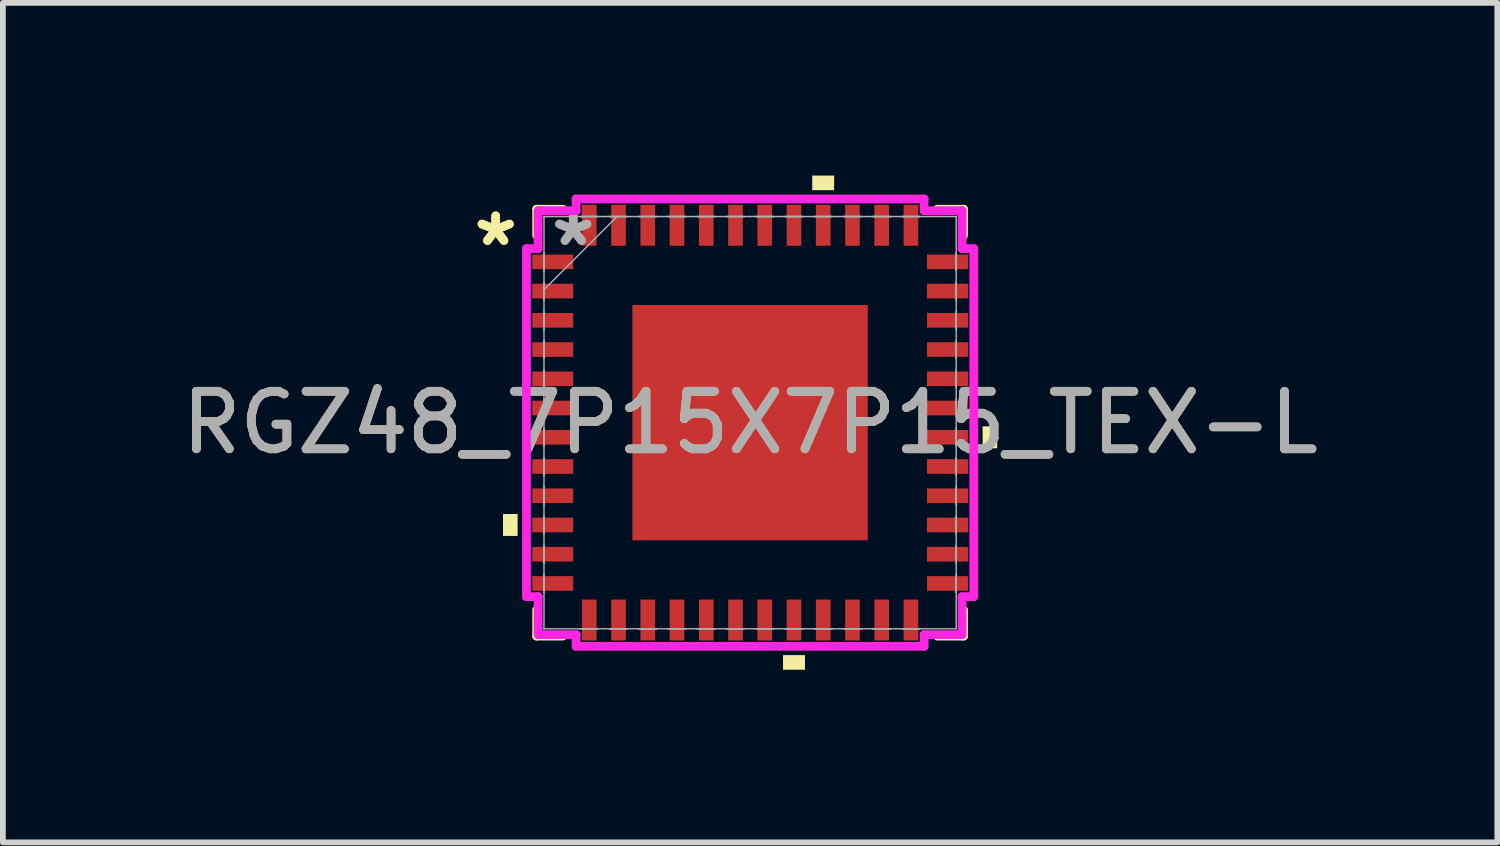
<source format=kicad_pcb>
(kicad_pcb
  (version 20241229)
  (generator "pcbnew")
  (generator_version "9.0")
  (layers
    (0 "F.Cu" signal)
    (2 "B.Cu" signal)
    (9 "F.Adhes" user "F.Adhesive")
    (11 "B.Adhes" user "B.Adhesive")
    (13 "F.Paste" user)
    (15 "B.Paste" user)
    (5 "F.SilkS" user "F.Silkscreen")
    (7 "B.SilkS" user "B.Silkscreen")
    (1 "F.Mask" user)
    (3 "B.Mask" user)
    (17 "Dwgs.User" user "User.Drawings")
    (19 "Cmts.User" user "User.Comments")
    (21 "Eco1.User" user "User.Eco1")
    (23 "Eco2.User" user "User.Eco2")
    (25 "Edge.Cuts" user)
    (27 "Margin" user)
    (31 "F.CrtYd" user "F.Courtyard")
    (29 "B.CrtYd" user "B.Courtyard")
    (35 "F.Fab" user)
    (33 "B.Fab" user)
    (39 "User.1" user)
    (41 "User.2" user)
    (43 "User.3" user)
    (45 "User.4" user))
  (footprint "RGZ48_7P15X7P15_TEX-L"
    (layer "F.Cu")
    (at 9.982 4.293)
    (property "Reference" "RGZ48_7P15X7P15_TEX-L" (at 0 0 0) (unlocked yes) (layer "F.SilkS") (effects (font (size 1 1) (thickness 0.15))))
    (attr smd)
    (fp_line (start -3.708 -3.708) (end -3.708 -3.254) (stroke (width 0.152) (type solid)) (layer "F.SilkS"))
    (fp_line (start -3.708 3.254) (end -3.708 3.708) (stroke (width 0.152) (type solid)) (layer "F.SilkS"))
    (fp_line (start -3.708 3.708) (end -3.254 3.708) (stroke (width 0.152) (type solid)) (layer "F.SilkS"))
    (fp_line (start -3.254 -3.708) (end -3.708 -3.708) (stroke (width 0.152) (type solid)) (layer "F.SilkS"))
    (fp_line (start 3.254 3.708) (end 3.708 3.708) (stroke (width 0.152) (type solid)) (layer "F.SilkS"))
    (fp_line (start 3.708 -3.708) (end 3.254 -3.708) (stroke (width 0.152) (type solid)) (layer "F.SilkS"))
    (fp_line (start 3.708 -3.254) (end 3.708 -3.708) (stroke (width 0.152) (type solid)) (layer "F.SilkS"))
    (fp_line (start 3.708 3.708) (end 3.708 3.254) (stroke (width 0.152) (type solid)) (layer "F.SilkS"))
    (fp_poly (pts (xy -4.293 1.587) (xy -4.293 1.968) (xy -4.039 1.968) (xy -4.039 1.587)) (stroke (width 0) (type solid)) (fill yes) (layer "F.SilkS"))
    (fp_poly (pts (xy 0.572 4.039) (xy 0.572 4.293) (xy 0.953 4.293) (xy 0.953 4.039)) (stroke (width 0) (type solid)) (fill yes) (layer "F.SilkS"))
    (fp_poly (pts (xy 1.079 -4.039) (xy 1.079 -4.293) (xy 1.46 -4.293) (xy 1.46 -4.039)) (stroke (width 0) (type solid)) (fill yes) (layer "F.SilkS"))
    (fp_poly (pts (xy 4.293 0.064) (xy 4.293 0.445) (xy 4.039 0.445) (xy 4.039 0.064)) (stroke (width 0) (type solid)) (fill yes) (layer "F.SilkS"))
    (fp_poly (pts (xy -1.945 -1.945) (xy -1.945 -0.782) (xy -0.782 -0.782) (xy -0.782 -1.945)) (stroke (width 0) (type solid)) (fill yes) (layer "F.Paste"))
    (fp_poly (pts (xy -1.945 -0.582) (xy -1.945 0.582) (xy -0.782 0.582) (xy -0.782 -0.582)) (stroke (width 0) (type solid)) (fill yes) (layer "F.Paste"))
    (fp_poly (pts (xy -1.945 0.782) (xy -1.945 1.945) (xy -0.782 1.945) (xy -0.782 0.782)) (stroke (width 0) (type solid)) (fill yes) (layer "F.Paste"))
    (fp_poly (pts (xy -0.582 -1.945) (xy -0.582 -0.782) (xy 0.582 -0.782) (xy 0.582 -1.945)) (stroke (width 0) (type solid)) (fill yes) (layer "F.Paste"))
    (fp_poly (pts (xy -0.582 -0.582) (xy -0.582 0.582) (xy 0.582 0.582) (xy 0.582 -0.582)) (stroke (width 0) (type solid)) (fill yes) (layer "F.Paste"))
    (fp_poly (pts (xy -0.582 0.782) (xy -0.582 1.945) (xy 0.582 1.945) (xy 0.582 0.782)) (stroke (width 0) (type solid)) (fill yes) (layer "F.Paste"))
    (fp_poly (pts (xy 0.782 -1.945) (xy 0.782 -0.782) (xy 1.945 -0.782) (xy 1.945 -1.945)) (stroke (width 0) (type solid)) (fill yes) (layer "F.Paste"))
    (fp_poly (pts (xy 0.782 -0.582) (xy 0.782 0.582) (xy 1.945 0.582) (xy 1.945 -0.582)) (stroke (width 0) (type solid)) (fill yes) (layer "F.Paste"))
    (fp_poly (pts (xy 0.782 0.782) (xy 0.782 1.945) (xy 1.945 1.945) (xy 1.945 0.782)) (stroke (width 0) (type solid)) (fill yes) (layer "F.Paste"))
    (fp_line (start -3.886 -3.023) (end -3.683 -3.023) (stroke (width 0.152) (type solid)) (layer "F.CrtYd"))
    (fp_line (start -3.886 3.023) (end -3.886 -3.023) (stroke (width 0.152) (type solid)) (layer "F.CrtYd"))
    (fp_line (start -3.683 -3.683) (end -3.023 -3.683) (stroke (width 0.152) (type solid)) (layer "F.CrtYd"))
    (fp_line (start -3.683 -3.023) (end -3.683 -3.683) (stroke (width 0.152) (type solid)) (layer "F.CrtYd"))
    (fp_line (start -3.683 3.023) (end -3.886 3.023) (stroke (width 0.152) (type solid)) (layer "F.CrtYd"))
    (fp_line (start -3.683 3.683) (end -3.683 3.023) (stroke (width 0.152) (type solid)) (layer "F.CrtYd"))
    (fp_line (start -3.023 -3.886) (end 3.023 -3.886) (stroke (width 0.152) (type solid)) (layer "F.CrtYd"))
    (fp_line (start -3.023 -3.683) (end -3.023 -3.886) (stroke (width 0.152) (type solid)) (layer "F.CrtYd"))
    (fp_line (start -3.023 3.683) (end -3.683 3.683) (stroke (width 0.152) (type solid)) (layer "F.CrtYd"))
    (fp_line (start -3.023 3.886) (end -3.023 3.683) (stroke (width 0.152) (type solid)) (layer "F.CrtYd"))
    (fp_line (start 3.023 -3.886) (end 3.023 -3.683) (stroke (width 0.152) (type solid)) (layer "F.CrtYd"))
    (fp_line (start 3.023 -3.683) (end 3.683 -3.683) (stroke (width 0.152) (type solid)) (layer "F.CrtYd"))
    (fp_line (start 3.023 3.683) (end 3.023 3.886) (stroke (width 0.152) (type solid)) (layer "F.CrtYd"))
    (fp_line (start 3.023 3.886) (end -3.023 3.886) (stroke (width 0.152) (type solid)) (layer "F.CrtYd"))
    (fp_line (start 3.683 -3.683) (end 3.683 -3.023) (stroke (width 0.152) (type solid)) (layer "F.CrtYd"))
    (fp_line (start 3.683 -3.023) (end 3.886 -3.023) (stroke (width 0.152) (type solid)) (layer "F.CrtYd"))
    (fp_line (start 3.683 3.023) (end 3.683 3.683) (stroke (width 0.152) (type solid)) (layer "F.CrtYd"))
    (fp_line (start 3.683 3.683) (end 3.023 3.683) (stroke (width 0.152) (type solid)) (layer "F.CrtYd"))
    (fp_line (start 3.886 -3.023) (end 3.886 3.023) (stroke (width 0.152) (type solid)) (layer "F.CrtYd"))
    (fp_line (start 3.886 3.023) (end 3.683 3.023) (stroke (width 0.152) (type solid)) (layer "F.CrtYd"))
    (fp_line (start -3.581 -3.581) (end -3.581 -3.581) (stroke (width 0.025) (type solid)) (layer "F.Fab"))
    (fp_line (start -3.581 -3.581) (end -3.581 3.581) (stroke (width 0.025) (type solid)) (layer "F.Fab"))
    (fp_line (start -3.581 -2.946) (end -3.581 -2.946) (stroke (width 0.025) (type solid)) (layer "F.Fab"))
    (fp_line (start -3.581 -2.946) (end -3.581 -2.642) (stroke (width 0.025) (type solid)) (layer "F.Fab"))
    (fp_line (start -3.581 -2.642) (end -3.581 -2.946) (stroke (width 0.025) (type solid)) (layer "F.Fab"))
    (fp_line (start -3.581 -2.642) (end -3.581 -2.642) (stroke (width 0.025) (type solid)) (layer "F.Fab"))
    (fp_line (start -3.581 -2.438) (end -3.581 -2.438) (stroke (width 0.025) (type solid)) (layer "F.Fab"))
    (fp_line (start -3.581 -2.438) (end -3.581 -2.134) (stroke (width 0.025) (type solid)) (layer "F.Fab"))
    (fp_line (start -3.581 -2.311) (end -2.311 -3.581) (stroke (width 0.025) (type solid)) (layer "F.Fab"))
    (fp_line (start -3.581 -2.134) (end -3.581 -2.438) (stroke (width 0.025) (type solid)) (layer "F.Fab"))
    (fp_line (start -3.581 -2.134) (end -3.581 -2.134) (stroke (width 0.025) (type solid)) (layer "F.Fab"))
    (fp_line (start -3.581 -1.93) (end -3.581 -1.93) (stroke (width 0.025) (type solid)) (layer "F.Fab"))
    (fp_line (start -3.581 -1.93) (end -3.581 -1.626) (stroke (width 0.025) (type solid)) (layer "F.Fab"))
    (fp_line (start -3.581 -1.626) (end -3.581 -1.93) (stroke (width 0.025) (type solid)) (layer "F.Fab"))
    (fp_line (start -3.581 -1.626) (end -3.581 -1.626) (stroke (width 0.025) (type solid)) (layer "F.Fab"))
    (fp_line (start -3.581 -1.422) (end -3.581 -1.422) (stroke (width 0.025) (type solid)) (layer "F.Fab"))
    (fp_line (start -3.581 -1.422) (end -3.581 -1.118) (stroke (width 0.025) (type solid)) (layer "F.Fab"))
    (fp_line (start -3.581 -1.118) (end -3.581 -1.422) (stroke (width 0.025) (type solid)) (layer "F.Fab"))
    (fp_line (start -3.581 -1.118) (end -3.581 -1.118) (stroke (width 0.025) (type solid)) (layer "F.Fab"))
    (fp_line (start -3.581 -0.914) (end -3.581 -0.914) (stroke (width 0.025) (type solid)) (layer "F.Fab"))
    (fp_line (start -3.581 -0.914) (end -3.581 -0.61) (stroke (width 0.025) (type solid)) (layer "F.Fab"))
    (fp_line (start -3.581 -0.61) (end -3.581 -0.914) (stroke (width 0.025) (type solid)) (layer "F.Fab"))
    (fp_line (start -3.581 -0.61) (end -3.581 -0.61) (stroke (width 0.025) (type solid)) (layer "F.Fab"))
    (fp_line (start -3.581 -0.406) (end -3.581 -0.406) (stroke (width 0.025) (type solid)) (layer "F.Fab"))
    (fp_line (start -3.581 -0.406) (end -3.581 -0.102) (stroke (width 0.025) (type solid)) (layer "F.Fab"))
    (fp_line (start -3.581 -0.102) (end -3.581 -0.406) (stroke (width 0.025) (type solid)) (layer "F.Fab"))
    (fp_line (start -3.581 -0.102) (end -3.581 -0.102) (stroke (width 0.025) (type solid)) (layer "F.Fab"))
    (fp_line (start -3.581 0.102) (end -3.581 0.102) (stroke (width 0.025) (type solid)) (layer "F.Fab"))
    (fp_line (start -3.581 0.102) (end -3.581 0.406) (stroke (width 0.025) (type solid)) (layer "F.Fab"))
    (fp_line (start -3.581 0.406) (end -3.581 0.102) (stroke (width 0.025) (type solid)) (layer "F.Fab"))
    (fp_line (start -3.581 0.406) (end -3.581 0.406) (stroke (width 0.025) (type solid)) (layer "F.Fab"))
    (fp_line (start -3.581 0.61) (end -3.581 0.61) (stroke (width 0.025) (type solid)) (layer "F.Fab"))
    (fp_line (start -3.581 0.61) (end -3.581 0.914) (stroke (width 0.025) (type solid)) (layer "F.Fab"))
    (fp_line (start -3.581 0.914) (end -3.581 0.61) (stroke (width 0.025) (type solid)) (layer "F.Fab"))
    (fp_line (start -3.581 0.914) (end -3.581 0.914) (stroke (width 0.025) (type solid)) (layer "F.Fab"))
    (fp_line (start -3.581 1.118) (end -3.581 1.118) (stroke (width 0.025) (type solid)) (layer "F.Fab"))
    (fp_line (start -3.581 1.118) (end -3.581 1.422) (stroke (width 0.025) (type solid)) (layer "F.Fab"))
    (fp_line (start -3.581 1.422) (end -3.581 1.118) (stroke (width 0.025) (type solid)) (layer "F.Fab"))
    (fp_line (start -3.581 1.422) (end -3.581 1.422) (stroke (width 0.025) (type solid)) (layer "F.Fab"))
    (fp_line (start -3.581 1.626) (end -3.581 1.626) (stroke (width 0.025) (type solid)) (layer "F.Fab"))
    (fp_line (start -3.581 1.626) (end -3.581 1.93) (stroke (width 0.025) (type solid)) (layer "F.Fab"))
    (fp_line (start -3.581 1.93) (end -3.581 1.626) (stroke (width 0.025) (type solid)) (layer "F.Fab"))
    (fp_line (start -3.581 1.93) (end -3.581 1.93) (stroke (width 0.025) (type solid)) (layer "F.Fab"))
    (fp_line (start -3.581 2.134) (end -3.581 2.134) (stroke (width 0.025) (type solid)) (layer "F.Fab"))
    (fp_line (start -3.581 2.134) (end -3.581 2.438) (stroke (width 0.025) (type solid)) (layer "F.Fab"))
    (fp_line (start -3.581 2.438) (end -3.581 2.134) (stroke (width 0.025) (type solid)) (layer "F.Fab"))
    (fp_line (start -3.581 2.438) (end -3.581 2.438) (stroke (width 0.025) (type solid)) (layer "F.Fab"))
    (fp_line (start -3.581 2.642) (end -3.581 2.642) (stroke (width 0.025) (type solid)) (layer "F.Fab"))
    (fp_line (start -3.581 2.642) (end -3.581 2.946) (stroke (width 0.025) (type solid)) (layer "F.Fab"))
    (fp_line (start -3.581 2.946) (end -3.581 2.642) (stroke (width 0.025) (type solid)) (layer "F.Fab"))
    (fp_line (start -3.581 2.946) (end -3.581 2.946) (stroke (width 0.025) (type solid)) (layer "F.Fab"))
    (fp_line (start -3.581 3.581) (end -3.581 3.581) (stroke (width 0.025) (type solid)) (layer "F.Fab"))
    (fp_line (start -3.581 3.581) (end 3.581 3.581) (stroke (width 0.025) (type solid)) (layer "F.Fab"))
    (fp_line (start -2.946 -3.581) (end -2.946 -3.581) (stroke (width 0.025) (type solid)) (layer "F.Fab"))
    (fp_line (start -2.946 -3.581) (end -2.642 -3.581) (stroke (width 0.025) (type solid)) (layer "F.Fab"))
    (fp_line (start -2.946 3.581) (end -2.946 3.581) (stroke (width 0.025) (type solid)) (layer "F.Fab"))
    (fp_line (start -2.946 3.581) (end -2.642 3.581) (stroke (width 0.025) (type solid)) (layer "F.Fab"))
    (fp_line (start -2.642 -3.581) (end -2.946 -3.581) (stroke (width 0.025) (type solid)) (layer "F.Fab"))
    (fp_line (start -2.642 -3.581) (end -2.642 -3.581) (stroke (width 0.025) (type solid)) (layer "F.Fab"))
    (fp_line (start -2.642 3.581) (end -2.946 3.581) (stroke (width 0.025) (type solid)) (layer "F.Fab"))
    (fp_line (start -2.642 3.581) (end -2.642 3.581) (stroke (width 0.025) (type solid)) (layer "F.Fab"))
    (fp_line (start -2.438 -3.581) (end -2.438 -3.581) (stroke (width 0.025) (type solid)) (layer "F.Fab"))
    (fp_line (start -2.438 -3.581) (end -2.134 -3.581) (stroke (width 0.025) (type solid)) (layer "F.Fab"))
    (fp_line (start -2.438 3.581) (end -2.438 3.581) (stroke (width 0.025) (type solid)) (layer "F.Fab"))
    (fp_line (start -2.438 3.581) (end -2.134 3.581) (stroke (width 0.025) (type solid)) (layer "F.Fab"))
    (fp_line (start -2.134 -3.581) (end -2.438 -3.581) (stroke (width 0.025) (type solid)) (layer "F.Fab"))
    (fp_line (start -2.134 -3.581) (end -2.134 -3.581) (stroke (width 0.025) (type solid)) (layer "F.Fab"))
    (fp_line (start -2.134 3.581) (end -2.438 3.581) (stroke (width 0.025) (type solid)) (layer "F.Fab"))
    (fp_line (start -2.134 3.581) (end -2.134 3.581) (stroke (width 0.025) (type solid)) (layer "F.Fab"))
    (fp_line (start -1.93 -3.581) (end -1.93 -3.581) (stroke (width 0.025) (type solid)) (layer "F.Fab"))
    (fp_line (start -1.93 -3.581) (end -1.626 -3.581) (stroke (width 0.025) (type solid)) (layer "F.Fab"))
    (fp_line (start -1.93 3.581) (end -1.93 3.581) (stroke (width 0.025) (type solid)) (layer "F.Fab"))
    (fp_line (start -1.93 3.581) (end -1.626 3.581) (stroke (width 0.025) (type solid)) (layer "F.Fab"))
    (fp_line (start -1.626 -3.581) (end -1.93 -3.581) (stroke (width 0.025) (type solid)) (layer "F.Fab"))
    (fp_line (start -1.626 -3.581) (end -1.626 -3.581) (stroke (width 0.025) (type solid)) (layer "F.Fab"))
    (fp_line (start -1.626 3.581) (end -1.93 3.581) (stroke (width 0.025) (type solid)) (layer "F.Fab"))
    (fp_line (start -1.626 3.581) (end -1.626 3.581) (stroke (width 0.025) (type solid)) (layer "F.Fab"))
    (fp_line (start -1.422 -3.581) (end -1.422 -3.581) (stroke (width 0.025) (type solid)) (layer "F.Fab"))
    (fp_line (start -1.422 -3.581) (end -1.118 -3.581) (stroke (width 0.025) (type solid)) (layer "F.Fab"))
    (fp_line (start -1.422 3.581) (end -1.422 3.581) (stroke (width 0.025) (type solid)) (layer "F.Fab"))
    (fp_line (start -1.422 3.581) (end -1.118 3.581) (stroke (width 0.025) (type solid)) (layer "F.Fab"))
    (fp_line (start -1.118 -3.581) (end -1.422 -3.581) (stroke (width 0.025) (type solid)) (layer "F.Fab"))
    (fp_line (start -1.118 -3.581) (end -1.118 -3.581) (stroke (width 0.025) (type solid)) (layer "F.Fab"))
    (fp_line (start -1.118 3.581) (end -1.422 3.581) (stroke (width 0.025) (type solid)) (layer "F.Fab"))
    (fp_line (start -1.118 3.581) (end -1.118 3.581) (stroke (width 0.025) (type solid)) (layer "F.Fab"))
    (fp_line (start -0.914 -3.581) (end -0.914 -3.581) (stroke (width 0.025) (type solid)) (layer "F.Fab"))
    (fp_line (start -0.914 -3.581) (end -0.61 -3.581) (stroke (width 0.025) (type solid)) (layer "F.Fab"))
    (fp_line (start -0.914 3.581) (end -0.914 3.581) (stroke (width 0.025) (type solid)) (layer "F.Fab"))
    (fp_line (start -0.914 3.581) (end -0.61 3.581) (stroke (width 0.025) (type solid)) (layer "F.Fab"))
    (fp_line (start -0.61 -3.581) (end -0.914 -3.581) (stroke (width 0.025) (type solid)) (layer "F.Fab"))
    (fp_line (start -0.61 -3.581) (end -0.61 -3.581) (stroke (width 0.025) (type solid)) (layer "F.Fab"))
    (fp_line (start -0.61 3.581) (end -0.914 3.581) (stroke (width 0.025) (type solid)) (layer "F.Fab"))
    (fp_line (start -0.61 3.581) (end -0.61 3.581) (stroke (width 0.025) (type solid)) (layer "F.Fab"))
    (fp_line (start -0.406 -3.581) (end -0.406 -3.581) (stroke (width 0.025) (type solid)) (layer "F.Fab"))
    (fp_line (start -0.406 -3.581) (end -0.102 -3.581) (stroke (width 0.025) (type solid)) (layer "F.Fab"))
    (fp_line (start -0.406 3.581) (end -0.406 3.581) (stroke (width 0.025) (type solid)) (layer "F.Fab"))
    (fp_line (start -0.406 3.581) (end -0.102 3.581) (stroke (width 0.025) (type solid)) (layer "F.Fab"))
    (fp_line (start -0.102 -3.581) (end -0.406 -3.581) (stroke (width 0.025) (type solid)) (layer "F.Fab"))
    (fp_line (start -0.102 -3.581) (end -0.102 -3.581) (stroke (width 0.025) (type solid)) (layer "F.Fab"))
    (fp_line (start -0.102 3.581) (end -0.406 3.581) (stroke (width 0.025) (type solid)) (layer "F.Fab"))
    (fp_line (start -0.102 3.581) (end -0.102 3.581) (stroke (width 0.025) (type solid)) (layer "F.Fab"))
    (fp_line (start 0.102 -3.581) (end 0.102 -3.581) (stroke (width 0.025) (type solid)) (layer "F.Fab"))
    (fp_line (start 0.102 -3.581) (end 0.406 -3.581) (stroke (width 0.025) (type solid)) (layer "F.Fab"))
    (fp_line (start 0.102 3.581) (end 0.102 3.581) (stroke (width 0.025) (type solid)) (layer "F.Fab"))
    (fp_line (start 0.102 3.581) (end 0.406 3.581) (stroke (width 0.025) (type solid)) (layer "F.Fab"))
    (fp_line (start 0.406 -3.581) (end 0.102 -3.581) (stroke (width 0.025) (type solid)) (layer "F.Fab"))
    (fp_line (start 0.406 -3.581) (end 0.406 -3.581) (stroke (width 0.025) (type solid)) (layer "F.Fab"))
    (fp_line (start 0.406 3.581) (end 0.102 3.581) (stroke (width 0.025) (type solid)) (layer "F.Fab"))
    (fp_line (start 0.406 3.581) (end 0.406 3.581) (stroke (width 0.025) (type solid)) (layer "F.Fab"))
    (fp_line (start 0.61 -3.581) (end 0.61 -3.581) (stroke (width 0.025) (type solid)) (layer "F.Fab"))
    (fp_line (start 0.61 -3.581) (end 0.914 -3.581) (stroke (width 0.025) (type solid)) (layer "F.Fab"))
    (fp_line (start 0.61 3.581) (end 0.61 3.581) (stroke (width 0.025) (type solid)) (layer "F.Fab"))
    (fp_line (start 0.61 3.581) (end 0.914 3.581) (stroke (width 0.025) (type solid)) (layer "F.Fab"))
    (fp_line (start 0.914 -3.581) (end 0.61 -3.581) (stroke (width 0.025) (type solid)) (layer "F.Fab"))
    (fp_line (start 0.914 -3.581) (end 0.914 -3.581) (stroke (width 0.025) (type solid)) (layer "F.Fab"))
    (fp_line (start 0.914 3.581) (end 0.61 3.581) (stroke (width 0.025) (type solid)) (layer "F.Fab"))
    (fp_line (start 0.914 3.581) (end 0.914 3.581) (stroke (width 0.025) (type solid)) (layer "F.Fab"))
    (fp_line (start 1.118 -3.581) (end 1.118 -3.581) (stroke (width 0.025) (type solid)) (layer "F.Fab"))
    (fp_line (start 1.118 -3.581) (end 1.422 -3.581) (stroke (width 0.025) (type solid)) (layer "F.Fab"))
    (fp_line (start 1.118 3.581) (end 1.118 3.581) (stroke (width 0.025) (type solid)) (layer "F.Fab"))
    (fp_line (start 1.118 3.581) (end 1.422 3.581) (stroke (width 0.025) (type solid)) (layer "F.Fab"))
    (fp_line (start 1.422 -3.581) (end 1.118 -3.581) (stroke (width 0.025) (type solid)) (layer "F.Fab"))
    (fp_line (start 1.422 -3.581) (end 1.422 -3.581) (stroke (width 0.025) (type solid)) (layer "F.Fab"))
    (fp_line (start 1.422 3.581) (end 1.118 3.581) (stroke (width 0.025) (type solid)) (layer "F.Fab"))
    (fp_line (start 1.422 3.581) (end 1.422 3.581) (stroke (width 0.025) (type solid)) (layer "F.Fab"))
    (fp_line (start 1.626 -3.581) (end 1.626 -3.581) (stroke (width 0.025) (type solid)) (layer "F.Fab"))
    (fp_line (start 1.626 -3.581) (end 1.93 -3.581) (stroke (width 0.025) (type solid)) (layer "F.Fab"))
    (fp_line (start 1.626 3.581) (end 1.626 3.581) (stroke (width 0.025) (type solid)) (layer "F.Fab"))
    (fp_line (start 1.626 3.581) (end 1.93 3.581) (stroke (width 0.025) (type solid)) (layer "F.Fab"))
    (fp_line (start 1.93 -3.581) (end 1.626 -3.581) (stroke (width 0.025) (type solid)) (layer "F.Fab"))
    (fp_line (start 1.93 -3.581) (end 1.93 -3.581) (stroke (width 0.025) (type solid)) (layer "F.Fab"))
    (fp_line (start 1.93 3.581) (end 1.626 3.581) (stroke (width 0.025) (type solid)) (layer "F.Fab"))
    (fp_line (start 1.93 3.581) (end 1.93 3.581) (stroke (width 0.025) (type solid)) (layer "F.Fab"))
    (fp_line (start 2.134 -3.581) (end 2.134 -3.581) (stroke (width 0.025) (type solid)) (layer "F.Fab"))
    (fp_line (start 2.134 -3.581) (end 2.438 -3.581) (stroke (width 0.025) (type solid)) (layer "F.Fab"))
    (fp_line (start 2.134 3.581) (end 2.134 3.581) (stroke (width 0.025) (type solid)) (layer "F.Fab"))
    (fp_line (start 2.134 3.581) (end 2.438 3.581) (stroke (width 0.025) (type solid)) (layer "F.Fab"))
    (fp_line (start 2.438 -3.581) (end 2.134 -3.581) (stroke (width 0.025) (type solid)) (layer "F.Fab"))
    (fp_line (start 2.438 -3.581) (end 2.438 -3.581) (stroke (width 0.025) (type solid)) (layer "F.Fab"))
    (fp_line (start 2.438 3.581) (end 2.134 3.581) (stroke (width 0.025) (type solid)) (layer "F.Fab"))
    (fp_line (start 2.438 3.581) (end 2.438 3.581) (stroke (width 0.025) (type solid)) (layer "F.Fab"))
    (fp_line (start 2.642 -3.581) (end 2.642 -3.581) (stroke (width 0.025) (type solid)) (layer "F.Fab"))
    (fp_line (start 2.642 -3.581) (end 2.946 -3.581) (stroke (width 0.025) (type solid)) (layer "F.Fab"))
    (fp_line (start 2.642 3.581) (end 2.642 3.581) (stroke (width 0.025) (type solid)) (layer "F.Fab"))
    (fp_line (start 2.642 3.581) (end 2.946 3.581) (stroke (width 0.025) (type solid)) (layer "F.Fab"))
    (fp_line (start 2.946 -3.581) (end 2.642 -3.581) (stroke (width 0.025) (type solid)) (layer "F.Fab"))
    (fp_line (start 2.946 -3.581) (end 2.946 -3.581) (stroke (width 0.025) (type solid)) (layer "F.Fab"))
    (fp_line (start 2.946 3.581) (end 2.642 3.581) (stroke (width 0.025) (type solid)) (layer "F.Fab"))
    (fp_line (start 2.946 3.581) (end 2.946 3.581) (stroke (width 0.025) (type solid)) (layer "F.Fab"))
    (fp_line (start 3.581 -3.581) (end -3.581 -3.581) (stroke (width 0.025) (type solid)) (layer "F.Fab"))
    (fp_line (start 3.581 -3.581) (end 3.581 -3.581) (stroke (width 0.025) (type solid)) (layer "F.Fab"))
    (fp_line (start 3.581 -2.946) (end 3.581 -2.946) (stroke (width 0.025) (type solid)) (layer "F.Fab"))
    (fp_line (start 3.581 -2.946) (end 3.581 -2.642) (stroke (width 0.025) (type solid)) (layer "F.Fab"))
    (fp_line (start 3.581 -2.642) (end 3.581 -2.946) (stroke (width 0.025) (type solid)) (layer "F.Fab"))
    (fp_line (start 3.581 -2.642) (end 3.581 -2.642) (stroke (width 0.025) (type solid)) (layer "F.Fab"))
    (fp_line (start 3.581 -2.438) (end 3.581 -2.438) (stroke (width 0.025) (type solid)) (layer "F.Fab"))
    (fp_line (start 3.581 -2.438) (end 3.581 -2.134) (stroke (width 0.025) (type solid)) (layer "F.Fab"))
    (fp_line (start 3.581 -2.134) (end 3.581 -2.438) (stroke (width 0.025) (type solid)) (layer "F.Fab"))
    (fp_line (start 3.581 -2.134) (end 3.581 -2.134) (stroke (width 0.025) (type solid)) (layer "F.Fab"))
    (fp_line (start 3.581 -1.93) (end 3.581 -1.93) (stroke (width 0.025) (type solid)) (layer "F.Fab"))
    (fp_line (start 3.581 -1.93) (end 3.581 -1.626) (stroke (width 0.025) (type solid)) (layer "F.Fab"))
    (fp_line (start 3.581 -1.626) (end 3.581 -1.93) (stroke (width 0.025) (type solid)) (layer "F.Fab"))
    (fp_line (start 3.581 -1.626) (end 3.581 -1.626) (stroke (width 0.025) (type solid)) (layer "F.Fab"))
    (fp_line (start 3.581 -1.422) (end 3.581 -1.422) (stroke (width 0.025) (type solid)) (layer "F.Fab"))
    (fp_line (start 3.581 -1.422) (end 3.581 -1.118) (stroke (width 0.025) (type solid)) (layer "F.Fab"))
    (fp_line (start 3.581 -1.118) (end 3.581 -1.422) (stroke (width 0.025) (type solid)) (layer "F.Fab"))
    (fp_line (start 3.581 -1.118) (end 3.581 -1.118) (stroke (width 0.025) (type solid)) (layer "F.Fab"))
    (fp_line (start 3.581 -0.914) (end 3.581 -0.914) (stroke (width 0.025) (type solid)) (layer "F.Fab"))
    (fp_line (start 3.581 -0.914) (end 3.581 -0.61) (stroke (width 0.025) (type solid)) (layer "F.Fab"))
    (fp_line (start 3.581 -0.61) (end 3.581 -0.914) (stroke (width 0.025) (type solid)) (layer "F.Fab"))
    (fp_line (start 3.581 -0.61) (end 3.581 -0.61) (stroke (width 0.025) (type solid)) (layer "F.Fab"))
    (fp_line (start 3.581 -0.406) (end 3.581 -0.406) (stroke (width 0.025) (type solid)) (layer "F.Fab"))
    (fp_line (start 3.581 -0.406) (end 3.581 -0.102) (stroke (width 0.025) (type solid)) (layer "F.Fab"))
    (fp_line (start 3.581 -0.102) (end 3.581 -0.406) (stroke (width 0.025) (type solid)) (layer "F.Fab"))
    (fp_line (start 3.581 -0.102) (end 3.581 -0.102) (stroke (width 0.025) (type solid)) (layer "F.Fab"))
    (fp_line (start 3.581 0.102) (end 3.581 0.102) (stroke (width 0.025) (type solid)) (layer "F.Fab"))
    (fp_line (start 3.581 0.102) (end 3.581 0.406) (stroke (width 0.025) (type solid)) (layer "F.Fab"))
    (fp_line (start 3.581 0.406) (end 3.581 0.102) (stroke (width 0.025) (type solid)) (layer "F.Fab"))
    (fp_line (start 3.581 0.406) (end 3.581 0.406) (stroke (width 0.025) (type solid)) (layer "F.Fab"))
    (fp_line (start 3.581 0.61) (end 3.581 0.61) (stroke (width 0.025) (type solid)) (layer "F.Fab"))
    (fp_line (start 3.581 0.61) (end 3.581 0.914) (stroke (width 0.025) (type solid)) (layer "F.Fab"))
    (fp_line (start 3.581 0.914) (end 3.581 0.61) (stroke (width 0.025) (type solid)) (layer "F.Fab"))
    (fp_line (start 3.581 0.914) (end 3.581 0.914) (stroke (width 0.025) (type solid)) (layer "F.Fab"))
    (fp_line (start 3.581 1.118) (end 3.581 1.118) (stroke (width 0.025) (type solid)) (layer "F.Fab"))
    (fp_line (start 3.581 1.118) (end 3.581 1.422) (stroke (width 0.025) (type solid)) (layer "F.Fab"))
    (fp_line (start 3.581 1.422) (end 3.581 1.118) (stroke (width 0.025) (type solid)) (layer "F.Fab"))
    (fp_line (start 3.581 1.422) (end 3.581 1.422) (stroke (width 0.025) (type solid)) (layer "F.Fab"))
    (fp_line (start 3.581 1.626) (end 3.581 1.626) (stroke (width 0.025) (type solid)) (layer "F.Fab"))
    (fp_line (start 3.581 1.626) (end 3.581 1.93) (stroke (width 0.025) (type solid)) (layer "F.Fab"))
    (fp_line (start 3.581 1.93) (end 3.581 1.626) (stroke (width 0.025) (type solid)) (layer "F.Fab"))
    (fp_line (start 3.581 1.93) (end 3.581 1.93) (stroke (width 0.025) (type solid)) (layer "F.Fab"))
    (fp_line (start 3.581 2.134) (end 3.581 2.134) (stroke (width 0.025) (type solid)) (layer "F.Fab"))
    (fp_line (start 3.581 2.134) (end 3.581 2.438) (stroke (width 0.025) (type solid)) (layer "F.Fab"))
    (fp_line (start 3.581 2.438) (end 3.581 2.134) (stroke (width 0.025) (type solid)) (layer "F.Fab"))
    (fp_line (start 3.581 2.438) (end 3.581 2.438) (stroke (width 0.025) (type solid)) (layer "F.Fab"))
    (fp_line (start 3.581 2.642) (end 3.581 2.642) (stroke (width 0.025) (type solid)) (layer "F.Fab"))
    (fp_line (start 3.581 2.642) (end 3.581 2.946) (stroke (width 0.025) (type solid)) (layer "F.Fab"))
    (fp_line (start 3.581 2.946) (end 3.581 2.642) (stroke (width 0.025) (type solid)) (layer "F.Fab"))
    (fp_line (start 3.581 2.946) (end 3.581 2.946) (stroke (width 0.025) (type solid)) (layer "F.Fab"))
    (fp_line (start 3.581 3.581) (end 3.581 -3.581) (stroke (width 0.025) (type solid)) (layer "F.Fab"))
    (fp_line (start 3.581 3.581) (end 3.581 3.581) (stroke (width 0.025) (type solid)) (layer "F.Fab"))
    (fp_text user "*" (at -4.42 -3.048 0) (layer "F.SilkS") (effects (font (size 1 1) (thickness 0.15))))
    (fp_text user "*" (at -4.42 -3.048 0) (unlocked yes) (layer "F.SilkS") (effects (font (size 1 1) (thickness 0.15))))
    (fp_text user "*" (at -3.073 -3.048 0) (layer "F.Fab") (effects (font (size 1 1) (thickness 0.15))))
    (fp_text user "${REFERENCE}" (at 0 0 0) (unlocked yes) (layer "F.Fab") (effects (font (size 1 1) (thickness 0.15))))
    (fp_text user "*" (at -3.073 -3.048 0) (unlocked yes) (layer "F.Fab") (effects (font (size 1 1) (thickness 0.15))))
    (pad "1" smd rect (at -3.429 -2.794 90) (size 0.254 0.711) (layers "F.Cu" "F.Mask" "F.Paste"))
    (pad "2" smd rect (at -3.429 -2.286 90) (size 0.254 0.711) (layers "F.Cu" "F.Mask" "F.Paste"))
    (pad "3" smd rect (at -3.429 -1.778 90) (size 0.254 0.711) (layers "F.Cu" "F.Mask" "F.Paste"))
    (pad "4" smd rect (at -3.429 -1.27 90) (size 0.254 0.711) (layers "F.Cu" "F.Mask" "F.Paste"))
    (pad "5" smd rect (at -3.429 -0.762 90) (size 0.254 0.711) (layers "F.Cu" "F.Mask" "F.Paste"))
    (pad "6" smd rect (at -3.429 -0.254 90) (size 0.254 0.711) (layers "F.Cu" "F.Mask" "F.Paste"))
    (pad "7" smd rect (at -3.429 0.254 90) (size 0.254 0.711) (layers "F.Cu" "F.Mask" "F.Paste"))
    (pad "8" smd rect (at -3.429 0.762 90) (size 0.254 0.711) (layers "F.Cu" "F.Mask" "F.Paste"))
    (pad "9" smd rect (at -3.429 1.27 90) (size 0.254 0.711) (layers "F.Cu" "F.Mask" "F.Paste"))
    (pad "10" smd rect (at -3.429 1.778 90) (size 0.254 0.711) (layers "F.Cu" "F.Mask" "F.Paste"))
    (pad "11" smd rect (at -3.429 2.286 90) (size 0.254 0.711) (layers "F.Cu" "F.Mask" "F.Paste"))
    (pad "12" smd rect (at -3.429 2.794 90) (size 0.254 0.711) (layers "F.Cu" "F.Mask" "F.Paste"))
    (pad "13" smd rect (at -2.794 3.429) (size 0.254 0.711) (layers "F.Cu" "F.Mask" "F.Paste"))
    (pad "14" smd rect (at -2.286 3.429) (size 0.254 0.711) (layers "F.Cu" "F.Mask" "F.Paste"))
    (pad "15" smd rect (at -1.778 3.429) (size 0.254 0.711) (layers "F.Cu" "F.Mask" "F.Paste"))
    (pad "16" smd rect (at -1.27 3.429) (size 0.254 0.711) (layers "F.Cu" "F.Mask" "F.Paste"))
    (pad "17" smd rect (at -0.762 3.429) (size 0.254 0.711) (layers "F.Cu" "F.Mask" "F.Paste"))
    (pad "18" smd rect (at -0.254 3.429) (size 0.254 0.711) (layers "F.Cu" "F.Mask" "F.Paste"))
    (pad "19" smd rect (at 0.254 3.429) (size 0.254 0.711) (layers "F.Cu" "F.Mask" "F.Paste"))
    (pad "20" smd rect (at 0.762 3.429) (size 0.254 0.711) (layers "F.Cu" "F.Mask" "F.Paste"))
    (pad "21" smd rect (at 1.27 3.429) (size 0.254 0.711) (layers "F.Cu" "F.Mask" "F.Paste"))
    (pad "22" smd rect (at 1.778 3.429) (size 0.254 0.711) (layers "F.Cu" "F.Mask" "F.Paste"))
    (pad "23" smd rect (at 2.286 3.429) (size 0.254 0.711) (layers "F.Cu" "F.Mask" "F.Paste"))
    (pad "24" smd rect (at 2.794 3.429) (size 0.254 0.711) (layers "F.Cu" "F.Mask" "F.Paste"))
    (pad "25" smd rect (at 3.429 2.794 90) (size 0.254 0.711) (layers "F.Cu" "F.Mask" "F.Paste"))
    (pad "26" smd rect (at 3.429 2.286 90) (size 0.254 0.711) (layers "F.Cu" "F.Mask" "F.Paste"))
    (pad "27" smd rect (at 3.429 1.778 90) (size 0.254 0.711) (layers "F.Cu" "F.Mask" "F.Paste"))
    (pad "28" smd rect (at 3.429 1.27 90) (size 0.254 0.711) (layers "F.Cu" "F.Mask" "F.Paste"))
    (pad "29" smd rect (at 3.429 0.762 90) (size 0.254 0.711) (layers "F.Cu" "F.Mask" "F.Paste"))
    (pad "30" smd rect (at 3.429 0.254 90) (size 0.254 0.711) (layers "F.Cu" "F.Mask" "F.Paste"))
    (pad "31" smd rect (at 3.429 -0.254 90) (size 0.254 0.711) (layers "F.Cu" "F.Mask" "F.Paste"))
    (pad "32" smd rect (at 3.429 -0.762 90) (size 0.254 0.711) (layers "F.Cu" "F.Mask" "F.Paste"))
    (pad "33" smd rect (at 3.429 -1.27 90) (size 0.254 0.711) (layers "F.Cu" "F.Mask" "F.Paste"))
    (pad "34" smd rect (at 3.429 -1.778 90) (size 0.254 0.711) (layers "F.Cu" "F.Mask" "F.Paste"))
    (pad "35" smd rect (at 3.429 -2.286 90) (size 0.254 0.711) (layers "F.Cu" "F.Mask" "F.Paste"))
    (pad "36" smd rect (at 3.429 -2.794 90) (size 0.254 0.711) (layers "F.Cu" "F.Mask" "F.Paste"))
    (pad "37" smd rect (at 2.794 -3.429) (size 0.254 0.711) (layers "F.Cu" "F.Mask" "F.Paste"))
    (pad "38" smd rect (at 2.286 -3.429) (size 0.254 0.711) (layers "F.Cu" "F.Mask" "F.Paste"))
    (pad "39" smd rect (at 1.778 -3.429) (size 0.254 0.711) (layers "F.Cu" "F.Mask" "F.Paste"))
    (pad "40" smd rect (at 1.27 -3.429) (size 0.254 0.711) (layers "F.Cu" "F.Mask" "F.Paste"))
    (pad "41" smd rect (at 0.762 -3.429) (size 0.254 0.711) (layers "F.Cu" "F.Mask" "F.Paste"))
    (pad "42" smd rect (at 0.254 -3.429) (size 0.254 0.711) (layers "F.Cu" "F.Mask" "F.Paste"))
    (pad "43" smd rect (at -0.254 -3.429) (size 0.254 0.711) (layers "F.Cu" "F.Mask" "F.Paste"))
    (pad "44" smd rect (at -0.762 -3.429) (size 0.254 0.711) (layers "F.Cu" "F.Mask" "F.Paste"))
    (pad "45" smd rect (at -1.27 -3.429) (size 0.254 0.711) (layers "F.Cu" "F.Mask" "F.Paste"))
    (pad "46" smd rect (at -1.778 -3.429) (size 0.254 0.711) (layers "F.Cu" "F.Mask" "F.Paste"))
    (pad "47" smd rect (at -2.286 -3.429) (size 0.254 0.711) (layers "F.Cu" "F.Mask" "F.Paste"))
    (pad "48" smd rect (at -2.794 -3.429) (size 0.254 0.711) (layers "F.Cu" "F.Mask" "F.Paste"))
    (pad "49" smd rect (at 0 0) (size 4.089 4.089) (layers "F.Cu" "F.Mask" "F.Paste")))
  (gr_rect
    (start -3 -3)
    (end 22.964 11.585)
    (stroke (width 0.1) (type default))
    (fill no)
    (layer "Edge.Cuts")))
</source>
